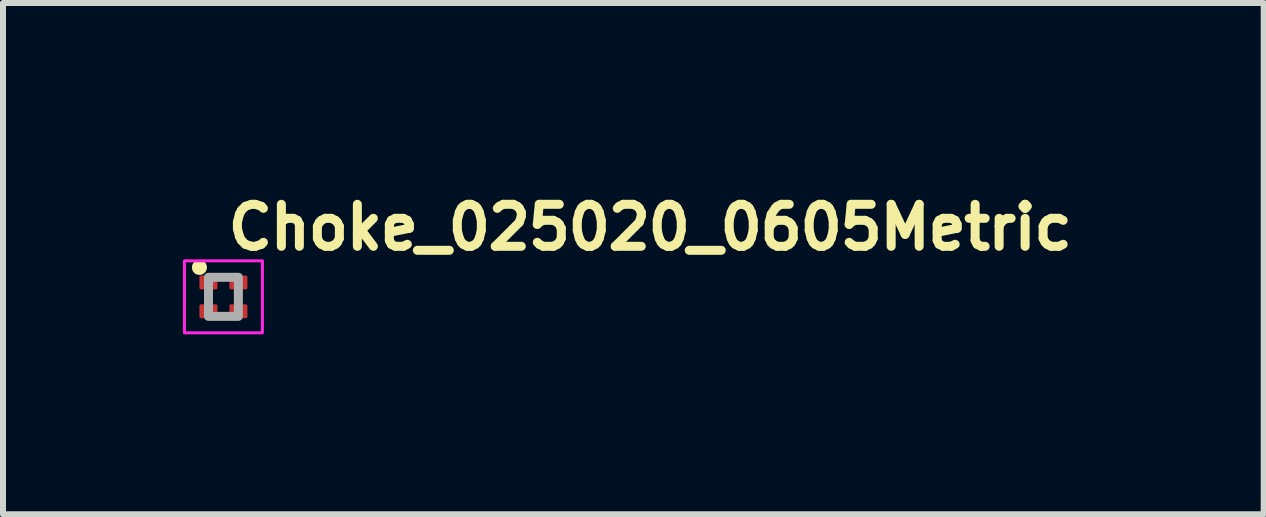
<source format=kicad_pcb>
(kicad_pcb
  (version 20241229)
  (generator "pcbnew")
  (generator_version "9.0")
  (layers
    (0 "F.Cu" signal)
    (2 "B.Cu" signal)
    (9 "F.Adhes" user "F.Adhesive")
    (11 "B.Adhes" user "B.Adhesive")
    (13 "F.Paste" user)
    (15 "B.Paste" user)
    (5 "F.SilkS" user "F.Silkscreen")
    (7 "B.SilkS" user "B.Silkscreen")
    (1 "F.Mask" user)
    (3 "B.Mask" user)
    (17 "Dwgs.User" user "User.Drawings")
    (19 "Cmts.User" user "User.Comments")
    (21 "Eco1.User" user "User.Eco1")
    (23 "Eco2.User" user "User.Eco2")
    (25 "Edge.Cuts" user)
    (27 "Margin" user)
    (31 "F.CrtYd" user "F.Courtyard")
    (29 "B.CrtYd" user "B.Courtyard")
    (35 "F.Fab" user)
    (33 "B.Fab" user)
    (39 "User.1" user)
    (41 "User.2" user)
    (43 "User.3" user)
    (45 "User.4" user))
  (footprint "Choke_025020_0605Metric"
    (layer "F.Cu")
    (at 0.675 1.899)
    (property "Reference" "Choke_025020_0605Metric" (at 0.001 -0.749 0) (layer "F.SilkS") (effects (font (size 0.7 0.7) (thickness 0.15)) (justify left bottom)))
    (attr smd)
    (fp_circle (center -0.4 -0.49) (end -0.35 -0.49) (stroke (width 0.15) (type solid)) (fill yes) (layer "F.SilkS"))
    (fp_rect (start -0.65 -0.6) (end 0.65 0.6) (stroke (width 0.05) (type solid)) (fill no) (layer "F.CrtYd"))
    (fp_rect (start -0.249 -0.326) (end 0.249 0.326) (stroke (width 0.15) (type solid)) (fill no) (layer "F.Fab"))
    (fp_rect (start -0.249 -0.326) (end 0.249 0.326) (stroke (width 0.1) (type solid)) (fill no) (layer "User.5"))
    (fp_line (start -0.249 -0.326) (end -0.249 0.326) (stroke (width 0.02) (type solid)) (layer "User.9"))
    (fp_line (start -0.249 -0.326) (end 0.249 -0.326) (stroke (width 0.02) (type solid)) (layer "User.9"))
    (fp_line (start -0.249 -0.324) (end -0.249 -0.275) (stroke (width 0.02) (type solid)) (layer "User.9"))
    (fp_line (start -0.249 0.324) (end -0.249 0.275) (stroke (width 0.02) (type solid)) (layer "User.9"))
    (fp_line (start -0.249 0.326) (end 0.249 0.326) (stroke (width 0.02) (type solid)) (layer "User.9"))
    (fp_line (start -0.248 -0.326) (end -0.2 -0.326) (stroke (width 0.02) (type solid)) (layer "User.9"))
    (fp_line (start -0.248 0.326) (end -0.2 0.326) (stroke (width 0.02) (type solid)) (layer "User.9"))
    (fp_line (start 0.248 -0.326) (end 0.2 -0.326) (stroke (width 0.02) (type solid)) (layer "User.9"))
    (fp_line (start 0.248 0.326) (end 0.2 0.326) (stroke (width 0.02) (type solid)) (layer "User.9"))
    (fp_line (start 0.249 -0.324) (end 0.249 -0.275) (stroke (width 0.02) (type solid)) (layer "User.9"))
    (fp_line (start 0.249 0.324) (end 0.249 0.275) (stroke (width 0.02) (type solid)) (layer "User.9"))
    (fp_line (start 0.249 0.326) (end 0.249 -0.326) (stroke (width 0.02) (type solid)) (layer "User.9"))
    (pad "1" smd roundrect (at -0.25 -0.24) (size 0.3 0.23) (layers "F.Cu" "F.Mask" "F.Paste") (roundrect_rratio 0.1))
    (pad "2" smd roundrect (at 0.25 -0.24) (size 0.3 0.23) (layers "F.Cu" "F.Mask" "F.Paste") (roundrect_rratio 0.1))
    (pad "3" smd roundrect (at 0.25 0.24) (size 0.3 0.23) (layers "F.Cu" "F.Mask" "F.Paste") (roundrect_rratio 0.1))
    (pad "4" smd roundrect (at -0.25 0.24) (size 0.3 0.23) (layers "F.Cu" "F.Mask" "F.Paste") (roundrect_rratio 0.1)))
  (gr_rect
    (start -3 -3)
    (end 18.019 5.524)
    (stroke (width 0.1) (type default))
    (fill no)
    (layer "Edge.Cuts")))
</source>
